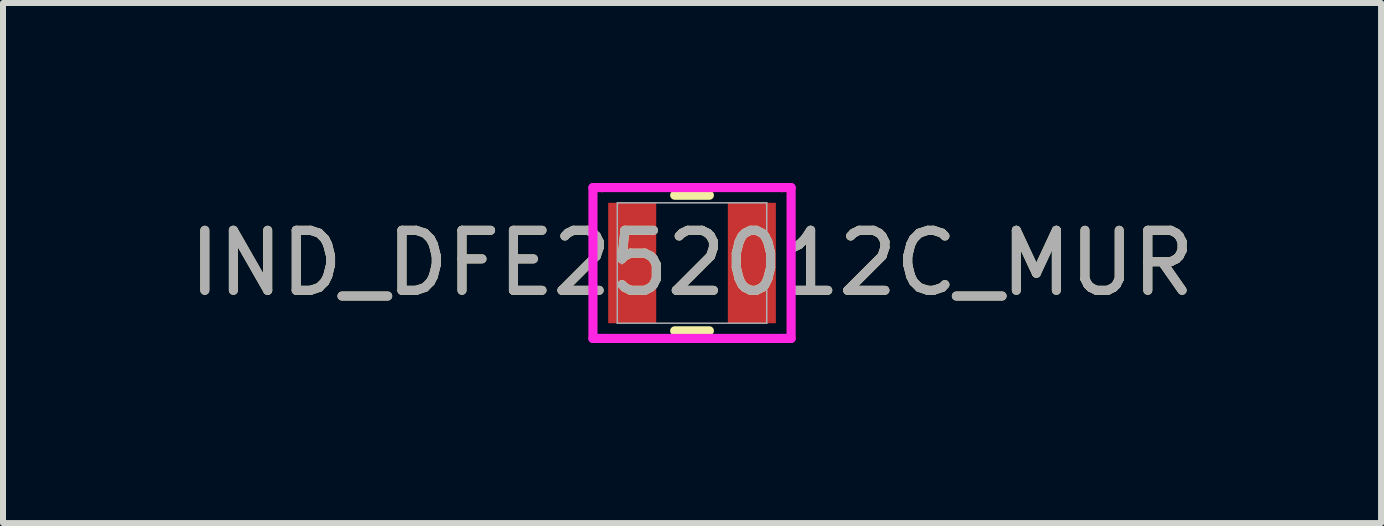
<source format=kicad_pcb>
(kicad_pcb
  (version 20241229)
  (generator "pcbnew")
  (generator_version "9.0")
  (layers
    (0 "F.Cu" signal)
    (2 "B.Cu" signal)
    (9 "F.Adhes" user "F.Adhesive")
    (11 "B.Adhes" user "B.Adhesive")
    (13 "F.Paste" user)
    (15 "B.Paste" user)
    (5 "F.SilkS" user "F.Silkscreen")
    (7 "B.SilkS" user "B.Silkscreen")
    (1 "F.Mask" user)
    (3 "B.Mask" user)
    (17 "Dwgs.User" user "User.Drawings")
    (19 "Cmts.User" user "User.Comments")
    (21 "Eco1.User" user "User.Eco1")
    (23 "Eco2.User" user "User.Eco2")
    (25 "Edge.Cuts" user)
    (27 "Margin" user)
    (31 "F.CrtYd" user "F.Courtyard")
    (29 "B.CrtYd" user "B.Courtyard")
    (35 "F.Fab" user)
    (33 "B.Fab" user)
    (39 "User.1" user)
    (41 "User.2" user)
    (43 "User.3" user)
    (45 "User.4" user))
  (footprint "IND_DFE252012C_MUR"
    (layer "F.Cu")
    (at 8.482 1.333)
    (property "Reference" "IND_DFE252012C_MUR" (at 0 0 0) (unlocked yes) (layer "F.SilkS") (effects (font (size 1 1) (thickness 0.15))))
    (attr smd)
    (fp_line (start -0.289 1.13) (end 0.289 1.13) (stroke (width 0.152) (type solid)) (layer "F.SilkS"))
    (fp_line (start 0.289 -1.13) (end -0.289 -1.13) (stroke (width 0.152) (type solid)) (layer "F.SilkS"))
    (fp_line (start -1.651 -1.257) (end -1.499 -1.257) (stroke (width 0.152) (type solid)) (layer "F.CrtYd"))
    (fp_line (start -1.651 1.257) (end -1.651 -1.257) (stroke (width 0.152) (type solid)) (layer "F.CrtYd"))
    (fp_line (start -1.499 -1.257) (end -1.499 -1.257) (stroke (width 0.152) (type solid)) (layer "F.CrtYd"))
    (fp_line (start -1.499 -1.257) (end 1.499 -1.257) (stroke (width 0.152) (type solid)) (layer "F.CrtYd"))
    (fp_line (start -1.499 1.257) (end -1.651 1.257) (stroke (width 0.152) (type solid)) (layer "F.CrtYd"))
    (fp_line (start -1.499 1.257) (end -1.499 1.257) (stroke (width 0.152) (type solid)) (layer "F.CrtYd"))
    (fp_line (start 1.499 -1.257) (end 1.499 -1.257) (stroke (width 0.152) (type solid)) (layer "F.CrtYd"))
    (fp_line (start 1.499 -1.257) (end 1.651 -1.257) (stroke (width 0.152) (type solid)) (layer "F.CrtYd"))
    (fp_line (start 1.499 1.257) (end -1.499 1.257) (stroke (width 0.152) (type solid)) (layer "F.CrtYd"))
    (fp_line (start 1.499 1.257) (end 1.499 1.257) (stroke (width 0.152) (type solid)) (layer "F.CrtYd"))
    (fp_line (start 1.651 -1.257) (end 1.651 1.257) (stroke (width 0.152) (type solid)) (layer "F.CrtYd"))
    (fp_line (start 1.651 1.257) (end 1.499 1.257) (stroke (width 0.152) (type solid)) (layer "F.CrtYd"))
    (fp_line (start -1.245 -1.003) (end -1.245 1.003) (stroke (width 0.025) (type solid)) (layer "F.Fab"))
    (fp_line (start -1.245 1.003) (end 1.245 1.003) (stroke (width 0.025) (type solid)) (layer "F.Fab"))
    (fp_line (start 1.245 -1.003) (end -1.245 -1.003) (stroke (width 0.025) (type solid)) (layer "F.Fab"))
    (fp_line (start 1.245 1.003) (end 1.245 -1.003) (stroke (width 0.025) (type solid)) (layer "F.Fab"))
    (fp_circle (center -1.168 0) (end -1.168 0) (stroke (width 0.025) (type solid)) (fill no) (layer "F.Fab"))
    (fp_text user "${REFERENCE}" (at 0 0 0) (unlocked yes) (layer "F.Fab") (effects (font (size 1 1) (thickness 0.15))))
    (pad "1" smd rect (at -0.997 0) (size 0.8 2.007) (layers "F.Cu" "F.Mask" "F.Paste"))
    (pad "2" smd rect (at 0.997 0) (size 0.8 2.007) (layers "F.Cu" "F.Mask" "F.Paste"))
    (zone (net_name "") (layer "F.Cu") (hatch full 0.508) (connect_pads) (min_thickness 0.254) (filled_areas_thickness no) (keepout (tracks not_allowed) (vias not_allowed) (pads allowed) (copperpour not_allowed) (footprints allowed)) (placement (enabled no)) (fill) (polygon (pts (xy 7.936 0.381) (xy 9.028 0.381) (xy 9.028 2.286) (xy 7.936 2.286)))))
  (gr_rect
    (start -3 -3)
    (end 19.964 5.667)
    (stroke (width 0.1) (type default))
    (fill no)
    (layer "Edge.Cuts")))
</source>
